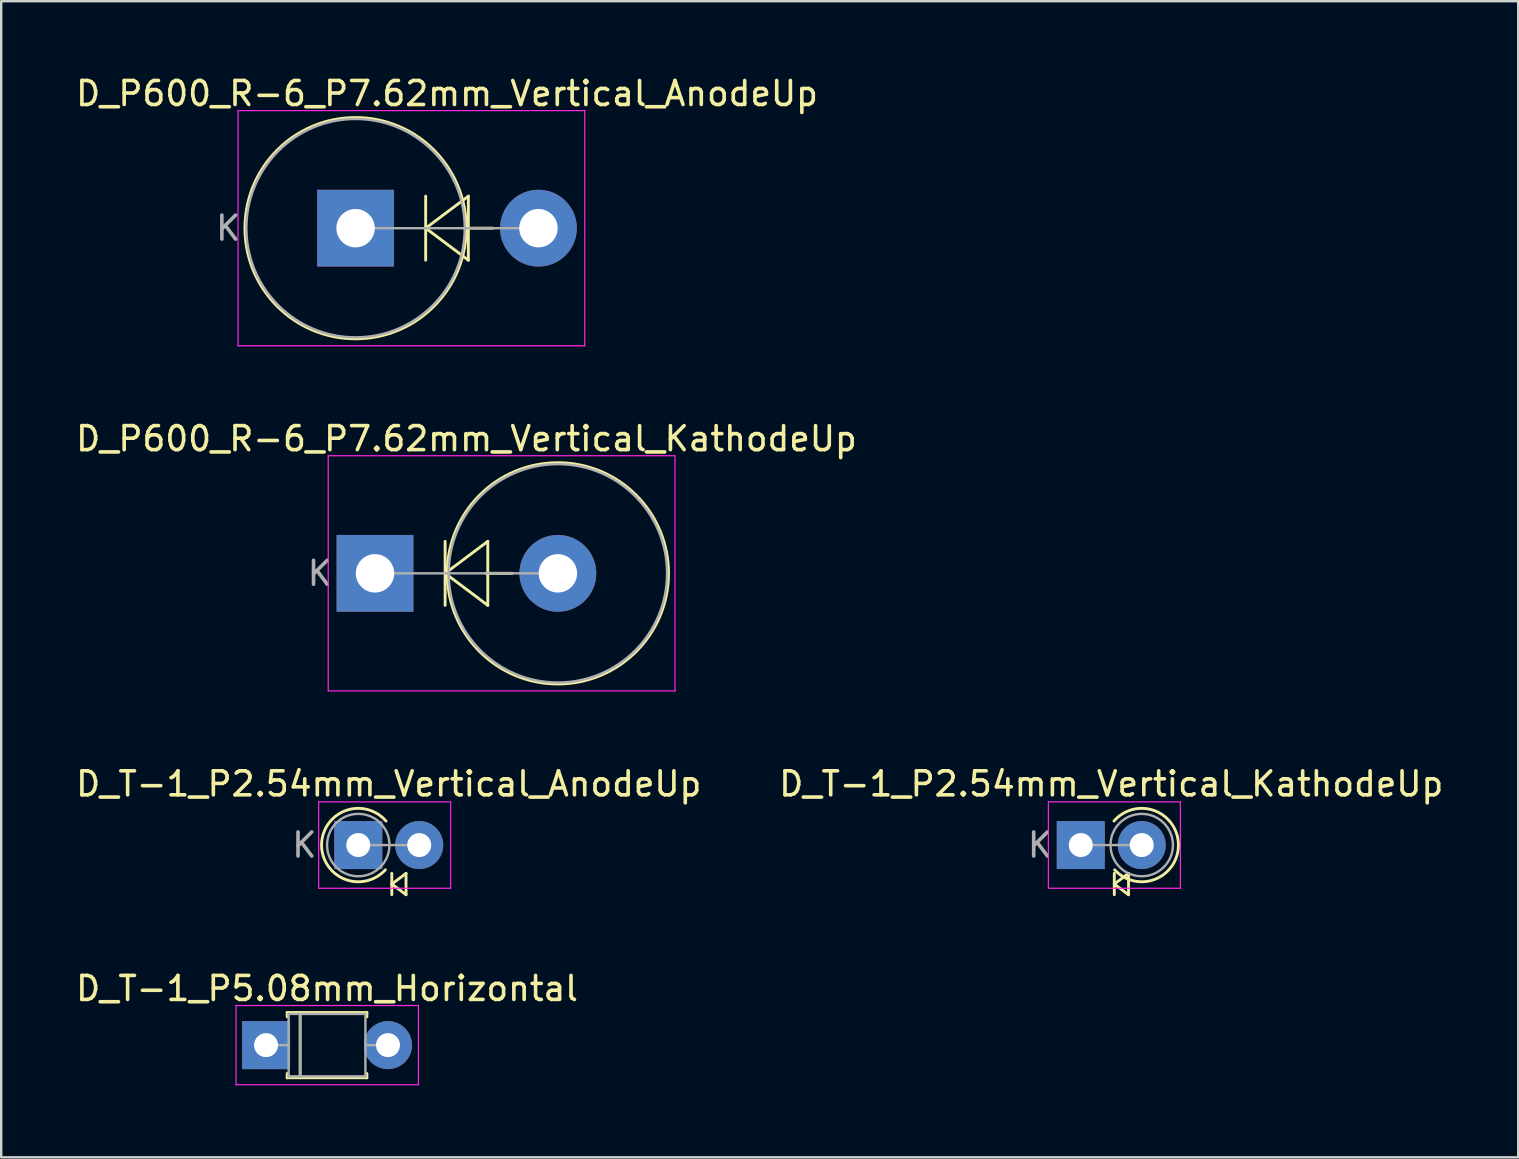
<source format=kicad_pcb>
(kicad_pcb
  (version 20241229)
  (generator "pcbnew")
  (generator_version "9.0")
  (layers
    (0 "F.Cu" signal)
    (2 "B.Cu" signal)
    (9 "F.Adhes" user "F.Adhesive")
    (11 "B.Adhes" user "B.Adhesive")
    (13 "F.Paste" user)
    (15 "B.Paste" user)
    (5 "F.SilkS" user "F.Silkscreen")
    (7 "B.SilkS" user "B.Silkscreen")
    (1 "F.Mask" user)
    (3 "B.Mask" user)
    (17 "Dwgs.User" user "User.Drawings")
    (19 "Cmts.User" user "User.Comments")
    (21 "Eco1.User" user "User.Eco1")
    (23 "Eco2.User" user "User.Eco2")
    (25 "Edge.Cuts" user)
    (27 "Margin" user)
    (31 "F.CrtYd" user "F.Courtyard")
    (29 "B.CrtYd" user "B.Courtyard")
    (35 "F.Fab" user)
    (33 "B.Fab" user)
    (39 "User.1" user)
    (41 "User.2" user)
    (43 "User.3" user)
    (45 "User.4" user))
  (footprint "D_T-1_P5.08mm_Horizontal"
    (layer "F.Cu")
    (at 8.037 40.501)
    (property "Reference" "D_T-1_P5.08mm_Horizontal" (at 2.54 -2.36 0) (layer "F.SilkS") (effects (font (size 1 1) (thickness 0.15))))
    (attr through_hole)
    (fp_line (start 0.88 -1.36) (end 4.2 -1.36) (stroke (width 0.12) (type solid)) (layer "F.SilkS"))
    (fp_line (start 0.88 -1.18) (end 0.88 -1.36) (stroke (width 0.12) (type solid)) (layer "F.SilkS"))
    (fp_line (start 0.88 1.18) (end 0.88 1.36) (stroke (width 0.12) (type solid)) (layer "F.SilkS"))
    (fp_line (start 0.88 1.36) (end 4.2 1.36) (stroke (width 0.12) (type solid)) (layer "F.SilkS"))
    (fp_line (start 1.42 -1.36) (end 1.42 1.36) (stroke (width 0.12) (type solid)) (layer "F.SilkS"))
    (fp_line (start 4.2 -1.36) (end 4.2 -1.18) (stroke (width 0.12) (type solid)) (layer "F.SilkS"))
    (fp_line (start 4.2 1.36) (end 4.2 1.18) (stroke (width 0.12) (type solid)) (layer "F.SilkS"))
    (fp_line (start -1.25 -1.65) (end -1.25 1.65) (stroke (width 0.05) (type solid)) (layer "F.CrtYd"))
    (fp_line (start -1.25 1.65) (end 6.35 1.65) (stroke (width 0.05) (type solid)) (layer "F.CrtYd"))
    (fp_line (start 6.35 -1.65) (end -1.25 -1.65) (stroke (width 0.05) (type solid)) (layer "F.CrtYd"))
    (fp_line (start 6.35 1.65) (end 6.35 -1.65) (stroke (width 0.05) (type solid)) (layer "F.CrtYd"))
    (fp_line (start 0 0) (end 0.94 0) (stroke (width 0.1) (type solid)) (layer "F.Fab"))
    (fp_line (start 0.94 -1.3) (end 0.94 1.3) (stroke (width 0.1) (type solid)) (layer "F.Fab"))
    (fp_line (start 0.94 1.3) (end 4.14 1.3) (stroke (width 0.1) (type solid)) (layer "F.Fab"))
    (fp_line (start 1.42 -1.3) (end 1.42 1.3) (stroke (width 0.1) (type solid)) (layer "F.Fab"))
    (fp_line (start 4.14 -1.3) (end 0.94 -1.3) (stroke (width 0.1) (type solid)) (layer "F.Fab"))
    (fp_line (start 4.14 1.3) (end 4.14 -1.3) (stroke (width 0.1) (type solid)) (layer "F.Fab"))
    (fp_line (start 5.08 0) (end 4.14 0) (stroke (width 0.1) (type solid)) (layer "F.Fab"))
    (pad "1" thru_hole rect (at 0 0) (size 2 2) (drill 1) (layers "*.Cu" "*.Mask"))
    (pad "2" thru_hole oval (at 5.08 0) (size 2 2) (drill 1) (layers "*.Cu" "*.Mask")))
  (footprint "D_T-1_P2.54mm_Vertical_AnodeUp"
    (layer "F.Cu")
    (at 11.879 32.164)
    (property "Reference" "D_T-1_P2.54mm_Vertical_AnodeUp" (at 1.27 -2.549 0) (layer "F.SilkS") (effects (font (size 1 1) (thickness 0.15))))
    (attr through_hole)
    (fp_line (start 1.397 1.18) (end 1.397 2.069) (stroke (width 0.12) (type solid)) (layer "F.SilkS"))
    (fp_line (start 1.397 1.625) (end 1.99 1.18) (stroke (width 0.12) (type solid)) (layer "F.SilkS"))
    (fp_line (start 1.99 1.18) (end 1.99 2.069) (stroke (width 0.12) (type solid)) (layer "F.SilkS"))
    (fp_line (start 1.99 2.069) (end 1.397 1.625) (stroke (width 0.12) (type solid)) (layer "F.SilkS"))
    (fp_arc (start 1.128185 1.032648) (mid -1.529276 -0.021846) (end 1.157222 -1) (stroke (width 0.12) (type solid)) (layer "F.SilkS"))
    (fp_line (start -1.65 -1.8) (end -1.65 1.8) (stroke (width 0.05) (type solid)) (layer "F.CrtYd"))
    (fp_line (start -1.65 1.8) (end 3.85 1.8) (stroke (width 0.05) (type solid)) (layer "F.CrtYd"))
    (fp_line (start 3.85 -1.8) (end -1.65 -1.8) (stroke (width 0.05) (type solid)) (layer "F.CrtYd"))
    (fp_line (start 3.85 1.8) (end 3.85 -1.8) (stroke (width 0.05) (type solid)) (layer "F.CrtYd"))
    (fp_line (start 0 0) (end 2.54 0) (stroke (width 0.1) (type solid)) (layer "F.Fab"))
    (fp_circle (center 0 0) (end 1.3 0) (stroke (width 0.1) (type solid)) (fill no) (layer "F.Fab"))
    (fp_text user "K" (at -2.249 0 0) (layer "F.Fab") (effects (font (size 1 1) (thickness 0.15))))
    (pad "1" thru_hole rect (at 0 0) (size 2 2) (drill 1) (layers "*.Cu" "*.Mask"))
    (pad "2" thru_hole oval (at 2.54 0) (size 2 2) (drill 1) (layers "*.Cu" "*.Mask")))
  (footprint "D_P600_R-6_P7.62mm_Vertical_AnodeUp"
    (layer "F.Cu")
    (at 11.767 6.458)
    (property "Reference" "D_P600_R-6_P7.62mm_Vertical_AnodeUp" (at 3.81 -5.61 0) (layer "F.SilkS") (effects (font (size 1 1) (thickness 0.15))))
    (attr through_hole)
    (fp_line (start 2.921 -1.333) (end 2.921 1.333) (stroke (width 0.12) (type solid)) (layer "F.SilkS"))
    (fp_line (start 2.921 0) (end 4.699 -1.333) (stroke (width 0.12) (type solid)) (layer "F.SilkS"))
    (fp_line (start 4.61 0) (end 5.72 0) (stroke (width 0.12) (type solid)) (layer "F.SilkS"))
    (fp_line (start 4.699 -1.333) (end 4.699 1.333) (stroke (width 0.12) (type solid)) (layer "F.SilkS"))
    (fp_line (start 4.699 1.333) (end 2.921 0) (stroke (width 0.12) (type solid)) (layer "F.SilkS"))
    (fp_circle (center 0 0) (end 4.61 0) (stroke (width 0.12) (type solid)) (fill no) (layer "F.SilkS"))
    (fp_line (start -4.9 -4.9) (end -4.9 4.9) (stroke (width 0.05) (type solid)) (layer "F.CrtYd"))
    (fp_line (start -4.9 4.9) (end 9.55 4.9) (stroke (width 0.05) (type solid)) (layer "F.CrtYd"))
    (fp_line (start 9.55 -4.9) (end -4.9 -4.9) (stroke (width 0.05) (type solid)) (layer "F.CrtYd"))
    (fp_line (start 9.55 4.9) (end 9.55 -4.9) (stroke (width 0.05) (type solid)) (layer "F.CrtYd"))
    (fp_line (start 0 0) (end 7.62 0) (stroke (width 0.1) (type solid)) (layer "F.Fab"))
    (fp_circle (center 0 0) (end 4.55 0) (stroke (width 0.1) (type solid)) (fill no) (layer "F.Fab"))
    (fp_text user "K" (at -5.31 0 0) (layer "F.Fab") (effects (font (size 1 1) (thickness 0.15))))
    (pad "1" thru_hole rect (at 0 0) (size 3.2 3.2) (drill 1.6) (layers "*.Cu" "*.Mask"))
    (pad "2" thru_hole oval (at 7.62 0) (size 3.2 3.2) (drill 1.6) (layers "*.Cu" "*.Mask")))
  (footprint "D_P600_R-6_P7.62mm_Vertical_KathodeUp"
    (layer "F.Cu")
    (at 12.577 20.841)
    (property "Reference" "D_P600_R-6_P7.62mm_Vertical_KathodeUp" (at 3.81 -5.61 0) (layer "F.SilkS") (effects (font (size 1 1) (thickness 0.15))))
    (attr through_hole)
    (fp_line (start 2.921 -1.333) (end 2.921 1.333) (stroke (width 0.12) (type solid)) (layer "F.SilkS"))
    (fp_line (start 2.921 0) (end 4.699 -1.333) (stroke (width 0.12) (type solid)) (layer "F.SilkS"))
    (fp_line (start 4.61 0) (end 5.72 0) (stroke (width 0.12) (type solid)) (layer "F.SilkS"))
    (fp_line (start 4.699 -1.333) (end 4.699 1.333) (stroke (width 0.12) (type solid)) (layer "F.SilkS"))
    (fp_line (start 4.699 1.333) (end 2.921 0) (stroke (width 0.12) (type solid)) (layer "F.SilkS"))
    (fp_circle (center 7.62 0) (end 12.23 0) (stroke (width 0.12) (type solid)) (fill no) (layer "F.SilkS"))
    (fp_line (start -1.95 -4.9) (end -1.95 4.9) (stroke (width 0.05) (type solid)) (layer "F.CrtYd"))
    (fp_line (start -1.95 4.9) (end 12.5 4.9) (stroke (width 0.05) (type solid)) (layer "F.CrtYd"))
    (fp_line (start 12.5 -4.9) (end -1.95 -4.9) (stroke (width 0.05) (type solid)) (layer "F.CrtYd"))
    (fp_line (start 12.5 4.9) (end 12.5 -4.9) (stroke (width 0.05) (type solid)) (layer "F.CrtYd"))
    (fp_line (start 0 0) (end 7.62 0) (stroke (width 0.1) (type solid)) (layer "F.Fab"))
    (fp_circle (center 7.62 0) (end 12.17 0) (stroke (width 0.1) (type solid)) (fill no) (layer "F.Fab"))
    (fp_text user "K" (at -2.3 0 0) (layer "F.Fab") (effects (font (size 1 1) (thickness 0.15))))
    (pad "1" thru_hole rect (at 0 0) (size 3.2 3.2) (drill 1.6) (layers "*.Cu" "*.Mask"))
    (pad "2" thru_hole oval (at 7.62 0) (size 3.2 3.2) (drill 1.6) (layers "*.Cu" "*.Mask")))
  (footprint "D_T-1_P2.54mm_Vertical_KathodeUp"
    (layer "F.Cu")
    (at 41.986 32.164)
    (property "Reference" "D_T-1_P2.54mm_Vertical_KathodeUp" (at 1.27 -2.549 0) (layer "F.SilkS") (effects (font (size 1 1) (thickness 0.15))))
    (attr through_hole)
    (fp_line (start 1.397 1.18) (end 1.397 2.069) (stroke (width 0.12) (type solid)) (layer "F.SilkS"))
    (fp_line (start 1.397 1.625) (end 1.99 1.18) (stroke (width 0.12) (type solid)) (layer "F.SilkS"))
    (fp_line (start 1.99 1.18) (end 1.99 2.069) (stroke (width 0.12) (type solid)) (layer "F.SilkS"))
    (fp_line (start 1.99 2.069) (end 1.397 1.625) (stroke (width 0.12) (type solid)) (layer "F.SilkS"))
    (fp_arc (start 1.382778 -1) (mid 4.069276 -0.021846) (end 1.411815 1.032648) (stroke (width 0.12) (type solid)) (layer "F.SilkS"))
    (fp_line (start -1.35 -1.8) (end -1.35 1.8) (stroke (width 0.05) (type solid)) (layer "F.CrtYd"))
    (fp_line (start -1.35 1.8) (end 4.15 1.8) (stroke (width 0.05) (type solid)) (layer "F.CrtYd"))
    (fp_line (start 4.15 -1.8) (end -1.35 -1.8) (stroke (width 0.05) (type solid)) (layer "F.CrtYd"))
    (fp_line (start 4.15 1.8) (end 4.15 -1.8) (stroke (width 0.05) (type solid)) (layer "F.CrtYd"))
    (fp_line (start 0 0) (end 2.54 0) (stroke (width 0.1) (type solid)) (layer "F.Fab"))
    (fp_circle (center 2.54 0) (end 3.84 0) (stroke (width 0.1) (type solid)) (fill no) (layer "F.Fab"))
    (fp_text user "K" (at -1.7 0 0) (layer "F.Fab") (effects (font (size 1 1) (thickness 0.15))))
    (pad "1" thru_hole rect (at 0 0) (size 2 2) (drill 1) (layers "*.Cu" "*.Mask"))
    (pad "2" thru_hole oval (at 2.54 0) (size 2 2) (drill 1) (layers "*.Cu" "*.Mask")))
  (gr_rect
    (start -3 -3)
    (end 60.214 45.176)
    (stroke (width 0.1) (type default))
    (fill no)
    (layer "Edge.Cuts")))
</source>
